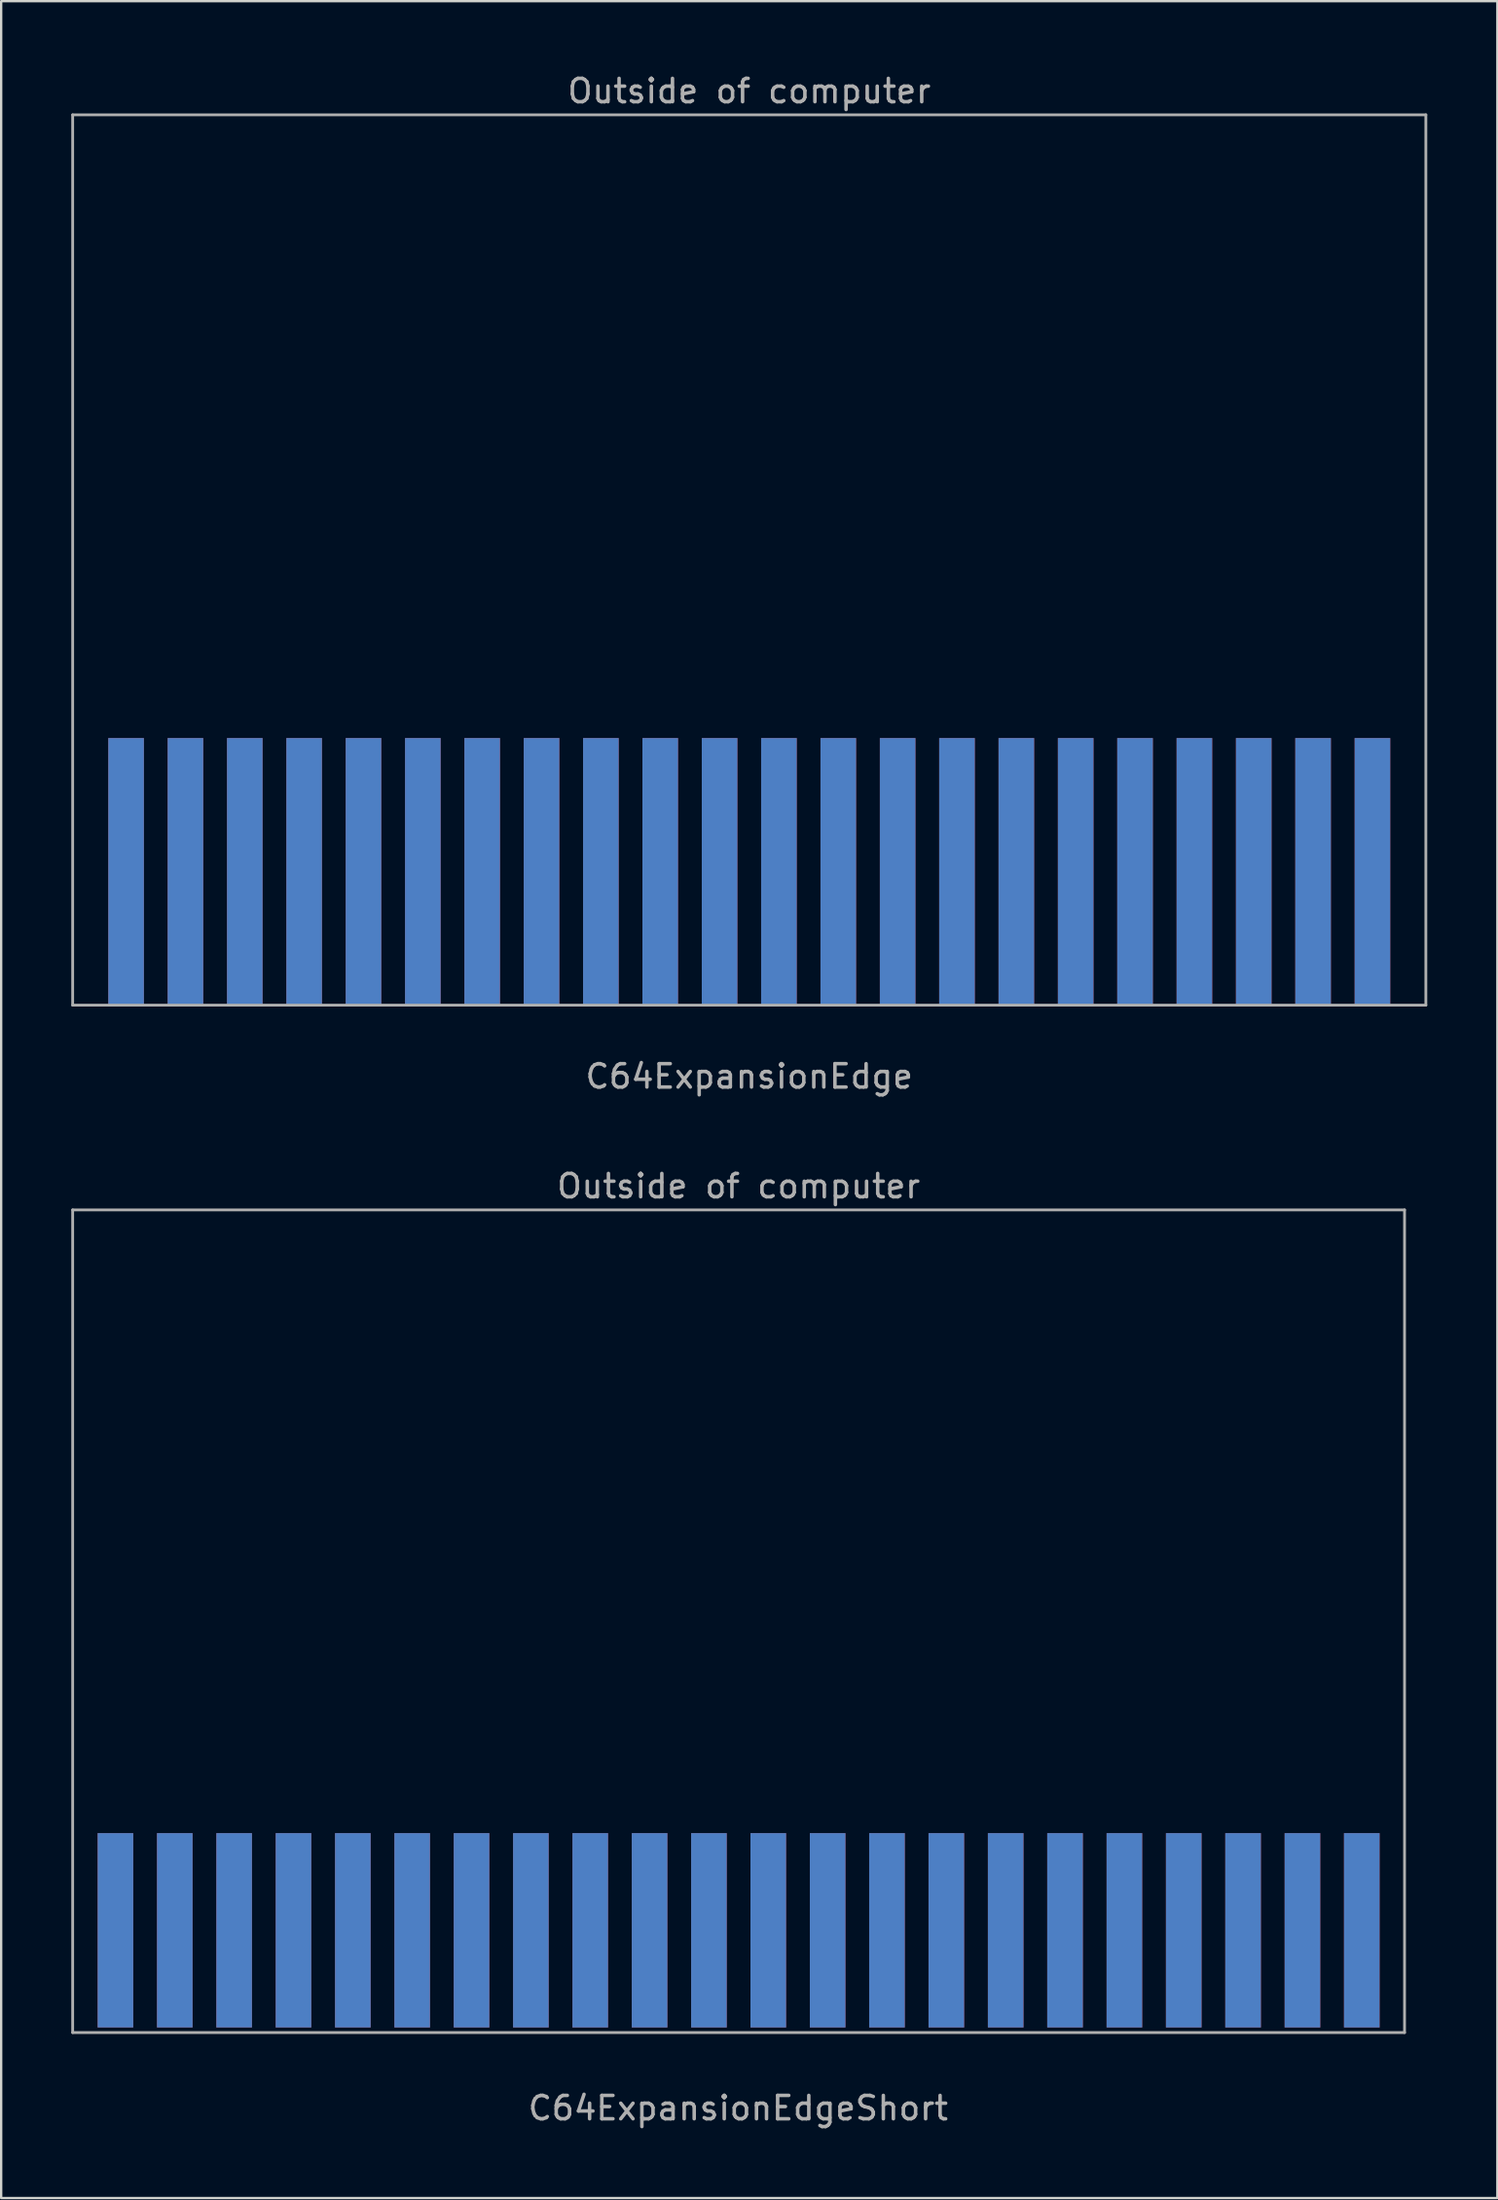
<source format=kicad_pcb>
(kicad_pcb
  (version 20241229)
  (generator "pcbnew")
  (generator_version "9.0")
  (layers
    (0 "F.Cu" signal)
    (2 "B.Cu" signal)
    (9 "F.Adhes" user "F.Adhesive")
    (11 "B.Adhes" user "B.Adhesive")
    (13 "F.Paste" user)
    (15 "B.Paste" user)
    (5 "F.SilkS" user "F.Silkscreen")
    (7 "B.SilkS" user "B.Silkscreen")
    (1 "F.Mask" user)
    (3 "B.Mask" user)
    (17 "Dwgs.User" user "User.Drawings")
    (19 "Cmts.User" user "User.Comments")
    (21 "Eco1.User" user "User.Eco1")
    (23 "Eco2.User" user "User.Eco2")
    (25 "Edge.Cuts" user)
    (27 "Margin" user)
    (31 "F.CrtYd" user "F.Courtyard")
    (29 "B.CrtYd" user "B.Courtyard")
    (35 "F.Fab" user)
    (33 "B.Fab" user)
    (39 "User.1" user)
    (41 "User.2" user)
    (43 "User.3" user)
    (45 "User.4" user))
  (footprint "C64ExpansionEdge"
    (layer "F.Cu")
    (at 29.016 20.914)
    (property "Reference" "C64ExpansionEdge" (at 0 22.098 0) (layer "F.Fab") (effects (font (size 1 1) (thickness 0.15))))
    (attr smd)
    (fp_poly (pts (xy 28.956 19.05) (xy -28.956 19.05) (xy -28.956 7.62) (xy 28.956 7.62)) (stroke (width 0) (type solid)) (fill yes) (layer "F.Mask"))
    (fp_poly (pts (xy 28.956 19.05) (xy -28.956 19.05) (xy -28.956 7.62) (xy 28.956 7.62)) (stroke (width 0) (type solid)) (fill yes) (layer "B.Mask"))
    (fp_line (start -28.956 -19.05) (end -28.956 19.05) (stroke (width 0.12) (type solid)) (layer "F.Fab"))
    (fp_line (start -28.956 19.05) (end 28.956 19.05) (stroke (width 0.12) (type solid)) (layer "F.Fab"))
    (fp_line (start 28.956 -19.05) (end -28.956 -19.05) (stroke (width 0.12) (type solid)) (layer "F.Fab"))
    (fp_line (start 28.956 19.05) (end 28.956 -19.05) (stroke (width 0.12) (type solid)) (layer "F.Fab"))
    (fp_text user "Outside of computer" (at 0 -20.066 0) (layer "F.Fab") (effects (font (size 1 1) (thickness 0.15))))
    (pad "1" connect rect (at -26.67 7.62) (size 1.524 11.43) (drill (offset 0 5.715)) (layers "F.Cu" "F.Mask"))
    (pad "2" connect rect (at -24.13 7.62) (size 1.524 11.43) (drill (offset 0 5.715)) (layers "F.Cu" "F.Mask"))
    (pad "3" connect rect (at -21.59 7.62) (size 1.524 11.43) (drill (offset 0 5.715)) (layers "F.Cu" "F.Mask"))
    (pad "4" connect rect (at -19.05 7.62) (size 1.524 11.43) (drill (offset 0 5.715)) (layers "F.Cu" "F.Mask"))
    (pad "5" connect rect (at -16.51 7.62) (size 1.524 11.43) (drill (offset 0 5.715)) (layers "F.Cu" "F.Mask"))
    (pad "6" connect rect (at -13.97 7.62) (size 1.524 11.43) (drill (offset 0 5.715)) (layers "F.Cu" "F.Mask"))
    (pad "7" connect rect (at -11.43 7.62) (size 1.524 11.43) (drill (offset 0 5.715)) (layers "F.Cu" "F.Mask"))
    (pad "8" connect rect (at -8.89 7.62) (size 1.524 11.43) (drill (offset 0 5.715)) (layers "F.Cu" "F.Mask"))
    (pad "9" connect rect (at -6.35 7.62) (size 1.524 11.43) (drill (offset 0 5.715)) (layers "F.Cu" "F.Mask"))
    (pad "10" connect rect (at -3.81 7.62) (size 1.524 11.43) (drill (offset 0 5.715)) (layers "F.Cu" "F.Mask"))
    (pad "11" connect rect (at -1.27 7.62) (size 1.524 11.43) (drill (offset 0 5.715)) (layers "F.Cu" "F.Mask"))
    (pad "12" connect rect (at 1.27 7.62) (size 1.524 11.43) (drill (offset 0 5.715)) (layers "F.Cu" "F.Mask"))
    (pad "13" connect rect (at 3.81 7.62) (size 1.524 11.43) (drill (offset 0 5.715)) (layers "F.Cu" "F.Mask"))
    (pad "14" connect rect (at 6.35 7.62) (size 1.524 11.43) (drill (offset 0 5.715)) (layers "F.Cu" "F.Mask"))
    (pad "15" connect rect (at 8.89 7.62) (size 1.524 11.43) (drill (offset 0 5.715)) (layers "F.Cu" "F.Mask"))
    (pad "16" connect rect (at 11.43 7.62) (size 1.524 11.43) (drill (offset 0 5.715)) (layers "F.Cu" "F.Mask"))
    (pad "17" connect rect (at 13.97 7.62) (size 1.524 11.43) (drill (offset 0 5.715)) (layers "F.Cu" "F.Mask"))
    (pad "18" connect rect (at 16.51 7.62) (size 1.524 11.43) (drill (offset 0 5.715)) (layers "F.Cu" "F.Mask"))
    (pad "19" connect rect (at 19.05 7.62) (size 1.524 11.43) (drill (offset 0 5.715)) (layers "F.Cu" "F.Mask"))
    (pad "20" connect rect (at 21.59 7.62) (size 1.524 11.43) (drill (offset 0 5.715)) (layers "F.Cu" "F.Mask"))
    (pad "21" connect rect (at 24.13 7.62) (size 1.524 11.43) (drill (offset 0 5.715)) (layers "F.Cu" "F.Mask"))
    (pad "22" connect rect (at 26.67 7.62) (size 1.524 11.43) (drill (offset 0 5.715)) (layers "F.Cu" "F.Mask"))
    (pad "A" connect rect (at -26.67 7.62) (size 1.524 11.43) (drill (offset 0 5.715)) (layers "F.Mask" "B.Cu"))
    (pad "B" connect rect (at -24.13 7.62) (size 1.524 11.43) (drill (offset 0 5.715)) (layers "F.Mask" "B.Cu"))
    (pad "C" connect rect (at -21.59 7.62) (size 1.524 11.43) (drill (offset 0 5.715)) (layers "F.Mask" "B.Cu"))
    (pad "D" connect rect (at -19.05 7.62) (size 1.524 11.43) (drill (offset 0 5.715)) (layers "F.Mask" "B.Cu"))
    (pad "E" connect rect (at -16.51 7.62) (size 1.524 11.43) (drill (offset 0 5.715)) (layers "F.Mask" "B.Cu"))
    (pad "F" connect rect (at -13.97 7.62) (size 1.524 11.43) (drill (offset 0 5.715)) (layers "F.Mask" "B.Cu"))
    (pad "H" connect rect (at -11.43 7.62) (size 1.524 11.43) (drill (offset 0 5.715)) (layers "F.Mask" "B.Cu"))
    (pad "J" connect rect (at -8.89 7.62) (size 1.524 11.43) (drill (offset 0 5.715)) (layers "F.Mask" "B.Cu"))
    (pad "K" connect rect (at -6.35 7.62) (size 1.524 11.43) (drill (offset 0 5.715)) (layers "F.Mask" "B.Cu"))
    (pad "L" connect rect (at -3.81 7.62) (size 1.524 11.43) (drill (offset 0 5.715)) (layers "F.Mask" "B.Cu"))
    (pad "M" connect rect (at -1.27 7.62) (size 1.524 11.43) (drill (offset 0 5.715)) (layers "F.Mask" "B.Cu"))
    (pad "N" connect rect (at 1.27 7.62) (size 1.524 11.43) (drill (offset 0 5.715)) (layers "F.Mask" "B.Cu"))
    (pad "P" connect rect (at 3.81 7.62) (size 1.524 11.43) (drill (offset 0 5.715)) (layers "F.Mask" "B.Cu"))
    (pad "R" connect rect (at 6.35 7.62) (size 1.524 11.43) (drill (offset 0 5.715)) (layers "F.Mask" "B.Cu"))
    (pad "S" connect rect (at 8.89 7.62) (size 1.524 11.43) (drill (offset 0 5.715)) (layers "F.Mask" "B.Cu"))
    (pad "T" connect rect (at 11.43 7.62) (size 1.524 11.43) (drill (offset 0 5.715)) (layers "F.Mask" "B.Cu"))
    (pad "U" connect rect (at 13.97 7.62) (size 1.524 11.43) (drill (offset 0 5.715)) (layers "F.Mask" "B.Cu"))
    (pad "V" connect rect (at 16.51 7.62) (size 1.524 11.43) (drill (offset 0 5.715)) (layers "F.Mask" "B.Cu"))
    (pad "W" connect rect (at 19.05 7.62) (size 1.524 11.43) (drill (offset 0 5.715)) (layers "F.Mask" "B.Cu"))
    (pad "X" connect rect (at 21.59 7.62) (size 1.524 11.43) (drill (offset 0 5.715)) (layers "F.Mask" "B.Cu"))
    (pad "Y" connect rect (at 24.13 7.62) (size 1.524 11.43) (drill (offset 0 5.715)) (layers "F.Mask" "B.Cu"))
    (pad "Z" connect rect (at 26.67 7.62) (size 1.524 11.43) (drill (offset 0 5.715)) (layers "F.Mask" "B.Cu")))
  (footprint "C64ExpansionEdgeShort"
    (layer "F.Cu")
    (at 28.56 67.775)
    (property "Reference" "C64ExpansionEdgeShort" (at -0.02 19.388 0) (layer "F.Fab") (effects (font (size 1 1) (thickness 0.15))))
    (attr smd)
    (fp_poly (pts (xy 28.502 16.154) (xy -28.5 16.154) (xy -28.5 7.62) (xy 28.502 7.62)) (stroke (width 0) (type solid)) (fill yes) (layer "F.Mask"))
    (fp_poly (pts (xy 28.506 16.154) (xy -28.506 16.154) (xy -28.506 7.62) (xy 28.506 7.62)) (stroke (width 0) (type solid)) (fill yes) (layer "B.Mask"))
    (fp_line (start -28.5 -19.05) (end -28.5 16.154) (stroke (width 0.12) (type solid)) (layer "F.Fab"))
    (fp_line (start -28.5 16.154) (end 28.5 16.154) (stroke (width 0.12) (type solid)) (layer "F.Fab"))
    (fp_line (start 28.5 -19.05) (end -28.5 -19.05) (stroke (width 0.12) (type solid)) (layer "F.Fab"))
    (fp_line (start 28.5 16.154) (end 28.5 -19.05) (stroke (width 0.12) (type solid)) (layer "F.Fab"))
    (fp_text user "Outside of computer" (at 0 -20.066 0) (layer "F.Fab") (effects (font (size 1 1) (thickness 0.15))))
    (pad "1" connect rect (at -26.67 7.62) (size 1.524 8.316) (drill (offset 0 4.158)) (layers "F.Cu" "F.Mask"))
    (pad "2" connect rect (at -24.13 7.62) (size 1.524 8.316) (drill (offset 0 4.158)) (layers "F.Cu" "F.Mask"))
    (pad "3" connect rect (at -21.59 7.62) (size 1.524 8.316) (drill (offset 0 4.158)) (layers "F.Cu" "F.Mask"))
    (pad "4" connect rect (at -19.05 7.62) (size 1.524 8.316) (drill (offset 0 4.158)) (layers "F.Cu" "F.Mask"))
    (pad "5" connect rect (at -16.51 7.62) (size 1.524 8.316) (drill (offset 0 4.158)) (layers "F.Cu" "F.Mask"))
    (pad "6" connect rect (at -13.97 7.62) (size 1.524 8.316) (drill (offset 0 4.158)) (layers "F.Cu" "F.Mask"))
    (pad "7" connect rect (at -11.43 7.62) (size 1.524 8.316) (drill (offset 0 4.158)) (layers "F.Cu" "F.Mask"))
    (pad "8" connect rect (at -8.89 7.62) (size 1.524 8.316) (drill (offset 0 4.158)) (layers "F.Cu" "F.Mask"))
    (pad "9" connect rect (at -6.35 7.62) (size 1.524 8.316) (drill (offset 0 4.158)) (layers "F.Cu" "F.Mask"))
    (pad "10" connect rect (at -3.81 7.62) (size 1.524 8.316) (drill (offset 0 4.158)) (layers "F.Cu" "F.Mask"))
    (pad "11" connect rect (at -1.27 7.62) (size 1.524 8.316) (drill (offset 0 4.158)) (layers "F.Cu" "F.Mask"))
    (pad "12" connect rect (at 1.27 7.62) (size 1.524 8.316) (drill (offset 0 4.158)) (layers "F.Cu" "F.Mask"))
    (pad "13" connect rect (at 3.81 7.62) (size 1.524 8.316) (drill (offset 0 4.158)) (layers "F.Cu" "F.Mask"))
    (pad "14" connect rect (at 6.35 7.62) (size 1.524 8.316) (drill (offset 0 4.158)) (layers "F.Cu" "F.Mask"))
    (pad "15" connect rect (at 8.89 7.62) (size 1.524 8.316) (drill (offset 0 4.158)) (layers "F.Cu" "F.Mask"))
    (pad "16" connect rect (at 11.43 7.62) (size 1.524 8.316) (drill (offset 0 4.158)) (layers "F.Cu" "F.Mask"))
    (pad "17" connect rect (at 13.97 7.62) (size 1.524 8.316) (drill (offset 0 4.158)) (layers "F.Cu" "F.Mask"))
    (pad "18" connect rect (at 16.51 7.62) (size 1.524 8.316) (drill (offset 0 4.158)) (layers "F.Cu" "F.Mask"))
    (pad "19" connect rect (at 19.05 7.62) (size 1.524 8.316) (drill (offset 0 4.158)) (layers "F.Cu" "F.Mask"))
    (pad "20" connect rect (at 21.59 7.62) (size 1.524 8.316) (drill (offset 0 4.158)) (layers "F.Cu" "F.Mask"))
    (pad "21" connect rect (at 24.13 7.62) (size 1.524 8.316) (drill (offset 0 4.158)) (layers "F.Cu" "F.Mask"))
    (pad "22" connect rect (at 26.67 7.62) (size 1.524 8.316) (drill (offset 0 4.158)) (layers "F.Cu" "F.Mask"))
    (pad "A" connect rect (at -26.67 7.62) (size 1.524 8.316) (drill (offset 0 4.158)) (layers "B.Cu" "B.Mask"))
    (pad "B" connect rect (at -24.13 7.62) (size 1.524 8.316) (drill (offset 0 4.158)) (layers "B.Cu" "B.Mask"))
    (pad "C" connect rect (at -21.59 7.62) (size 1.524 8.316) (drill (offset 0 4.158)) (layers "B.Cu" "B.Mask"))
    (pad "D" connect rect (at -19.05 7.62) (size 1.524 8.316) (drill (offset 0 4.158)) (layers "B.Cu" "B.Mask"))
    (pad "E" connect rect (at -16.51 7.62) (size 1.524 8.316) (drill (offset 0 4.158)) (layers "B.Cu" "B.Mask"))
    (pad "F" connect rect (at -13.97 7.62) (size 1.524 8.316) (drill (offset 0 4.158)) (layers "B.Cu" "B.Mask"))
    (pad "H" connect rect (at -11.43 7.62) (size 1.524 8.316) (drill (offset 0 4.158)) (layers "B.Cu" "B.Mask"))
    (pad "J" connect rect (at -8.89 7.62) (size 1.524 8.316) (drill (offset 0 4.158)) (layers "B.Cu" "B.Mask"))
    (pad "K" connect rect (at -6.35 7.62) (size 1.524 8.316) (drill (offset 0 4.158)) (layers "B.Cu" "B.Mask"))
    (pad "L" connect rect (at -3.81 7.62) (size 1.524 8.316) (drill (offset 0 4.158)) (layers "B.Cu" "B.Mask"))
    (pad "M" connect rect (at -1.27 7.62) (size 1.524 8.316) (drill (offset 0 4.158)) (layers "B.Cu" "B.Mask"))
    (pad "N" connect rect (at 1.27 7.62) (size 1.524 8.316) (drill (offset 0 4.158)) (layers "B.Cu" "B.Mask"))
    (pad "P" connect rect (at 3.81 7.62) (size 1.524 8.316) (drill (offset 0 4.158)) (layers "B.Cu" "B.Mask"))
    (pad "R" connect rect (at 6.35 7.62) (size 1.524 8.316) (drill (offset 0 4.158)) (layers "B.Cu" "B.Mask"))
    (pad "S" connect rect (at 8.89 7.62) (size 1.524 8.316) (drill (offset 0 4.158)) (layers "B.Cu" "B.Mask"))
    (pad "T" connect rect (at 11.43 7.62) (size 1.524 8.316) (drill (offset 0 4.158)) (layers "B.Cu" "B.Mask"))
    (pad "U" connect rect (at 13.97 7.62) (size 1.524 8.316) (drill (offset 0 4.158)) (layers "B.Cu" "B.Mask"))
    (pad "V" connect rect (at 16.51 7.62) (size 1.524 8.316) (drill (offset 0 4.158)) (layers "B.Cu" "B.Mask"))
    (pad "W" connect rect (at 19.05 7.62) (size 1.524 8.316) (drill (offset 0 4.158)) (layers "B.Cu" "B.Mask"))
    (pad "X" connect rect (at 21.59 7.62) (size 1.524 8.316) (drill (offset 0 4.158)) (layers "B.Cu" "B.Mask"))
    (pad "Y" connect rect (at 24.13 7.62) (size 1.524 8.316) (drill (offset 0 4.158)) (layers "B.Cu" "B.Mask"))
    (pad "Z" connect rect (at 26.67 7.62) (size 1.524 8.316) (drill (offset 0 4.158)) (layers "B.Cu" "B.Mask")))
  (gr_rect
    (start -3 -3)
    (end 61.032 91.011)
    (stroke (width 0.1) (type default))
    (fill no)
    (layer "Edge.Cuts")))
</source>
